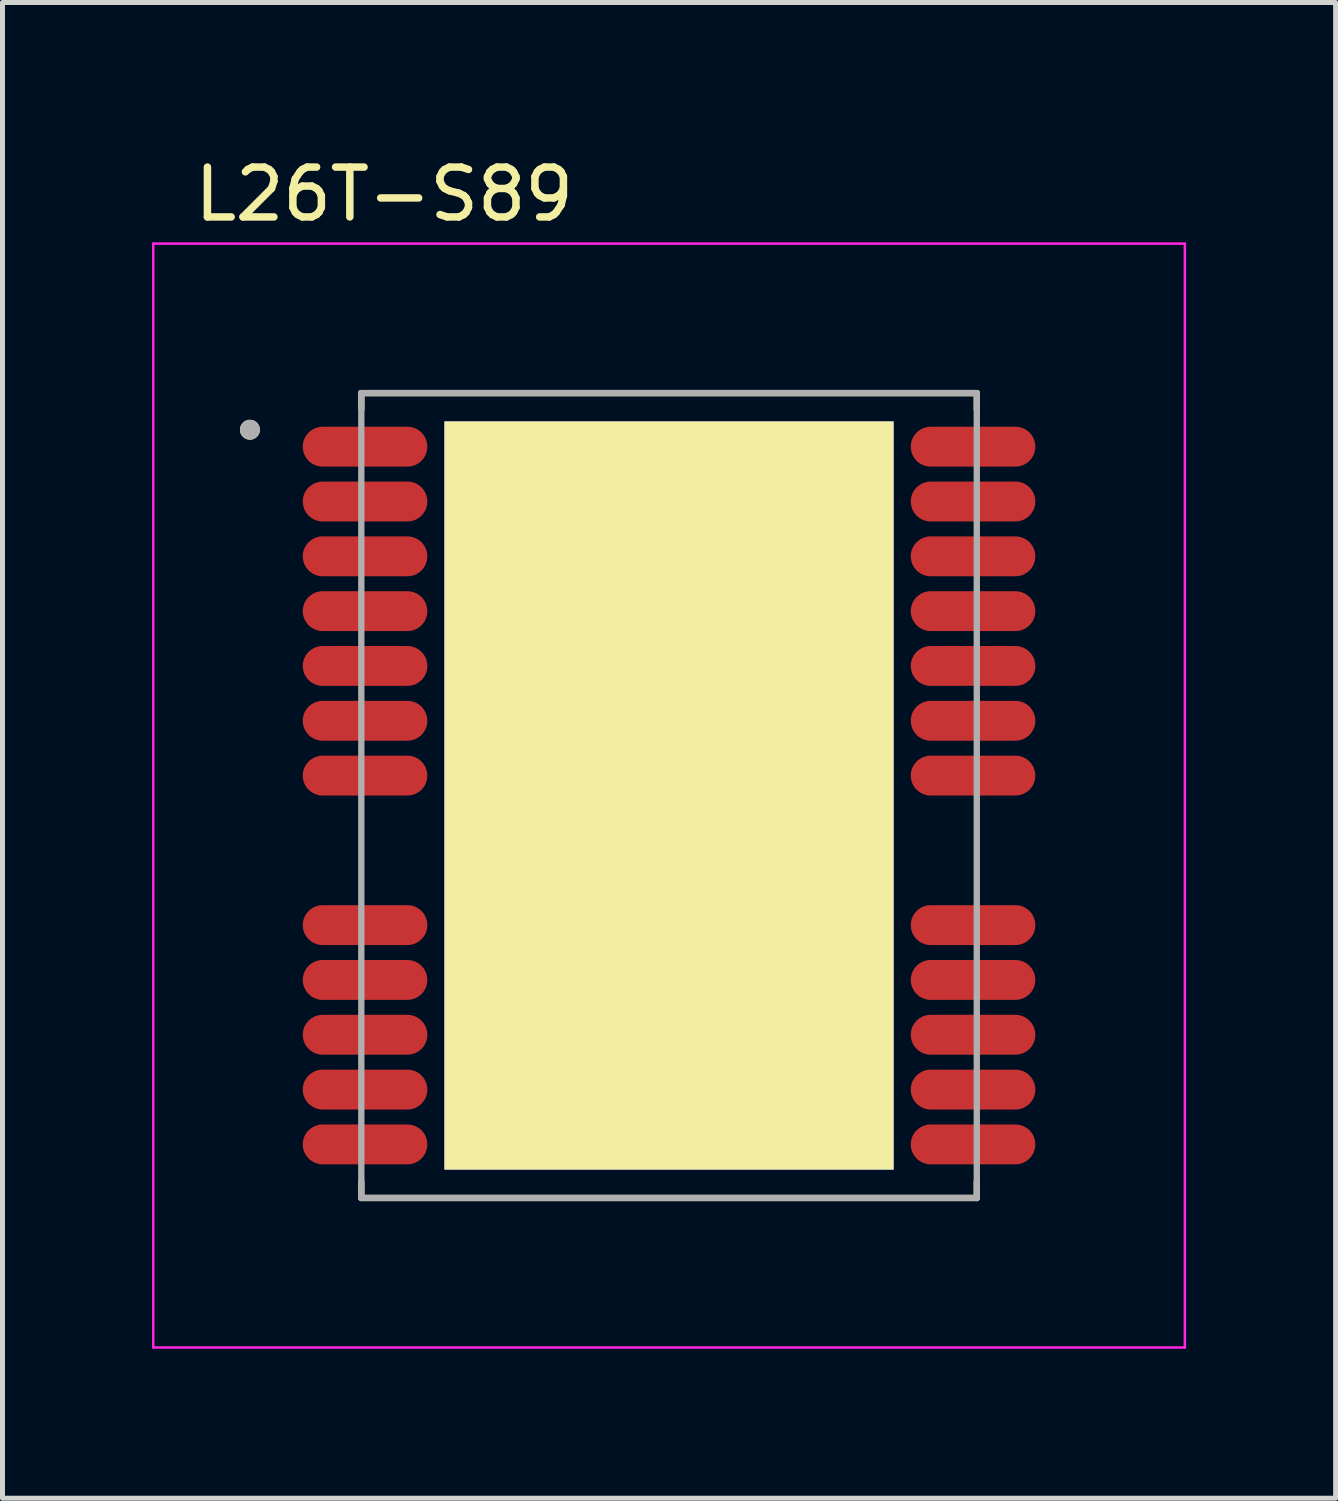
<source format=kicad_pcb>
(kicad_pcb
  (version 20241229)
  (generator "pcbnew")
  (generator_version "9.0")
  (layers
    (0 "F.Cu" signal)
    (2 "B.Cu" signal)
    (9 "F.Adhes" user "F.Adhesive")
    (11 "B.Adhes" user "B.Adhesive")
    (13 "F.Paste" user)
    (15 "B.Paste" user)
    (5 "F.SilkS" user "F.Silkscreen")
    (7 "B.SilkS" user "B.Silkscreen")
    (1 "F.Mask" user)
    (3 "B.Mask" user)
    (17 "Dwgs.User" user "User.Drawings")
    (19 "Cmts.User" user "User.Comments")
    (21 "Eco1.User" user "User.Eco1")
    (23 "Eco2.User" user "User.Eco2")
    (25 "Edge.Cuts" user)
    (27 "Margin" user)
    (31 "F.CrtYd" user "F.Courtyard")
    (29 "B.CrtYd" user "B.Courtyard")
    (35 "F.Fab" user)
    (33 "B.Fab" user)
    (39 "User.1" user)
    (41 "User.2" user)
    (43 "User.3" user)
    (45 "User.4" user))
  (footprint "L26T-S89"
    (layer "F.Cu")
    (at 10.375 12.913)
    (property "Reference" "L26T-S89" (at -5.715 -12.065 0) (layer "F.SilkS") (effects (font (size 1 1) (thickness 0.15))))
    (attr through_hole)
    (fp_line (start -6.175 -7.75) (end -6.175 -8.075) (stroke (width 0.127) (type solid)) (layer "F.SilkS"))
    (fp_line (start -6.175 8.075) (end -6.175 7.75) (stroke (width 0.127) (type solid)) (layer "F.SilkS"))
    (fp_line (start 6.175 -8.075) (end -6.175 -8.075) (stroke (width 0.127) (type solid)) (layer "F.SilkS"))
    (fp_line (start 6.175 -7.75) (end 6.175 -8.075) (stroke (width 0.127) (type solid)) (layer "F.SilkS"))
    (fp_line (start 6.175 7.75) (end 6.175 8.075) (stroke (width 0.127) (type solid)) (layer "F.SilkS"))
    (fp_line (start 6.175 8.075) (end -6.175 8.075) (stroke (width 0.127) (type solid)) (layer "F.SilkS"))
    (fp_circle (center -8.41 -7.34) (end -8.31 -7.34) (stroke (width 0.2) (type solid)) (fill no) (layer "F.SilkS"))
    (fp_poly (pts (xy -4.5 -7.5) (xy 4.5 -7.5) (xy 4.5 7.5) (xy -4.5 7.5)) (stroke (width 0.01) (type solid)) (fill yes) (layer "F.SilkS"))
    (fp_poly (pts (xy -5.35 -6.6) (xy -7.35 -6.6) (xy -7.392 -6.602) (xy -7.433 -6.609) (xy -7.474 -6.62) (xy -7.513 -6.635) (xy -7.55 -6.654) (xy -7.585 -6.676) (xy -7.618 -6.703) (xy -7.647 -6.732) (xy -7.674 -6.765) (xy -7.696 -6.8) (xy -7.715 -6.837) (xy -7.73 -6.876) (xy -7.741 -6.917) (xy -7.748 -6.958) (xy -7.75 -7) (xy -7.748 -7.042) (xy -7.741 -7.083) (xy -7.73 -7.124) (xy -7.715 -7.163) (xy -7.696 -7.2) (xy -7.674 -7.235) (xy -7.647 -7.268) (xy -7.618 -7.297) (xy -7.585 -7.324) (xy -7.55 -7.346) (xy -7.513 -7.365) (xy -7.474 -7.38) (xy -7.433 -7.391) (xy -7.392 -7.398) (xy -7.35 -7.4) (xy -5.35 -7.4) (xy -5.308 -7.398) (xy -5.267 -7.391) (xy -5.226 -7.38) (xy -5.187 -7.365) (xy -5.15 -7.346) (xy -5.115 -7.324) (xy -5.082 -7.297) (xy -5.053 -7.268) (xy -5.026 -7.235) (xy -5.004 -7.2) (xy -4.985 -7.163) (xy -4.97 -7.124) (xy -4.959 -7.083) (xy -4.952 -7.042) (xy -4.95 -7) (xy -4.952 -6.958) (xy -4.959 -6.917) (xy -4.97 -6.876) (xy -4.985 -6.837) (xy -5.004 -6.8) (xy -5.026 -6.765) (xy -5.053 -6.732) (xy -5.082 -6.703) (xy -5.115 -6.676) (xy -5.15 -6.654) (xy -5.187 -6.635) (xy -5.226 -6.62) (xy -5.267 -6.609) (xy -5.308 -6.602) (xy -5.35 -6.6)) (stroke (width 0.0001) (type solid)) (fill yes) (layer "F.Paste"))
    (fp_poly (pts (xy -5.35 -5.5) (xy -7.35 -5.5) (xy -7.392 -5.502) (xy -7.433 -5.509) (xy -7.474 -5.52) (xy -7.513 -5.535) (xy -7.55 -5.554) (xy -7.585 -5.576) (xy -7.618 -5.603) (xy -7.647 -5.632) (xy -7.674 -5.665) (xy -7.696 -5.7) (xy -7.715 -5.737) (xy -7.73 -5.776) (xy -7.741 -5.817) (xy -7.748 -5.858) (xy -7.75 -5.9) (xy -7.748 -5.942) (xy -7.741 -5.983) (xy -7.73 -6.024) (xy -7.715 -6.063) (xy -7.696 -6.1) (xy -7.674 -6.135) (xy -7.647 -6.168) (xy -7.618 -6.197) (xy -7.585 -6.224) (xy -7.55 -6.246) (xy -7.513 -6.265) (xy -7.474 -6.28) (xy -7.433 -6.291) (xy -7.392 -6.298) (xy -7.35 -6.3) (xy -5.35 -6.3) (xy -5.308 -6.298) (xy -5.267 -6.291) (xy -5.226 -6.28) (xy -5.187 -6.265) (xy -5.15 -6.246) (xy -5.115 -6.224) (xy -5.082 -6.197) (xy -5.053 -6.168) (xy -5.026 -6.135) (xy -5.004 -6.1) (xy -4.985 -6.063) (xy -4.97 -6.024) (xy -4.959 -5.983) (xy -4.952 -5.942) (xy -4.95 -5.9) (xy -4.952 -5.858) (xy -4.959 -5.817) (xy -4.97 -5.776) (xy -4.985 -5.737) (xy -5.004 -5.7) (xy -5.026 -5.665) (xy -5.053 -5.632) (xy -5.082 -5.603) (xy -5.115 -5.576) (xy -5.15 -5.554) (xy -5.187 -5.535) (xy -5.226 -5.52) (xy -5.267 -5.509) (xy -5.308 -5.502) (xy -5.35 -5.5)) (stroke (width 0.0001) (type solid)) (fill yes) (layer "F.Paste"))
    (fp_poly (pts (xy -5.35 -4.4) (xy -7.35 -4.4) (xy -7.392 -4.402) (xy -7.433 -4.409) (xy -7.474 -4.42) (xy -7.513 -4.435) (xy -7.55 -4.454) (xy -7.585 -4.476) (xy -7.618 -4.503) (xy -7.647 -4.532) (xy -7.674 -4.565) (xy -7.696 -4.6) (xy -7.715 -4.637) (xy -7.73 -4.676) (xy -7.741 -4.717) (xy -7.748 -4.758) (xy -7.75 -4.8) (xy -7.748 -4.842) (xy -7.741 -4.883) (xy -7.73 -4.924) (xy -7.715 -4.963) (xy -7.696 -5) (xy -7.674 -5.035) (xy -7.647 -5.068) (xy -7.618 -5.097) (xy -7.585 -5.124) (xy -7.55 -5.146) (xy -7.513 -5.165) (xy -7.474 -5.18) (xy -7.433 -5.191) (xy -7.392 -5.198) (xy -7.35 -5.2) (xy -5.35 -5.2) (xy -5.308 -5.198) (xy -5.267 -5.191) (xy -5.226 -5.18) (xy -5.187 -5.165) (xy -5.15 -5.146) (xy -5.115 -5.124) (xy -5.082 -5.097) (xy -5.053 -5.068) (xy -5.026 -5.035) (xy -5.004 -5) (xy -4.985 -4.963) (xy -4.97 -4.924) (xy -4.959 -4.883) (xy -4.952 -4.842) (xy -4.95 -4.8) (xy -4.952 -4.758) (xy -4.959 -4.717) (xy -4.97 -4.676) (xy -4.985 -4.637) (xy -5.004 -4.6) (xy -5.026 -4.565) (xy -5.053 -4.532) (xy -5.082 -4.503) (xy -5.115 -4.476) (xy -5.15 -4.454) (xy -5.187 -4.435) (xy -5.226 -4.42) (xy -5.267 -4.409) (xy -5.308 -4.402) (xy -5.35 -4.4)) (stroke (width 0.0001) (type solid)) (fill yes) (layer "F.Paste"))
    (fp_poly (pts (xy -5.35 -3.3) (xy -7.35 -3.3) (xy -7.392 -3.302) (xy -7.433 -3.309) (xy -7.474 -3.32) (xy -7.513 -3.335) (xy -7.55 -3.354) (xy -7.585 -3.376) (xy -7.618 -3.403) (xy -7.647 -3.432) (xy -7.674 -3.465) (xy -7.696 -3.5) (xy -7.715 -3.537) (xy -7.73 -3.576) (xy -7.741 -3.617) (xy -7.748 -3.658) (xy -7.75 -3.7) (xy -7.748 -3.742) (xy -7.741 -3.783) (xy -7.73 -3.824) (xy -7.715 -3.863) (xy -7.696 -3.9) (xy -7.674 -3.935) (xy -7.647 -3.968) (xy -7.618 -3.997) (xy -7.585 -4.024) (xy -7.55 -4.046) (xy -7.513 -4.065) (xy -7.474 -4.08) (xy -7.433 -4.091) (xy -7.392 -4.098) (xy -7.35 -4.1) (xy -5.35 -4.1) (xy -5.308 -4.098) (xy -5.267 -4.091) (xy -5.226 -4.08) (xy -5.187 -4.065) (xy -5.15 -4.046) (xy -5.115 -4.024) (xy -5.082 -3.997) (xy -5.053 -3.968) (xy -5.026 -3.935) (xy -5.004 -3.9) (xy -4.985 -3.863) (xy -4.97 -3.824) (xy -4.959 -3.783) (xy -4.952 -3.742) (xy -4.95 -3.7) (xy -4.952 -3.658) (xy -4.959 -3.617) (xy -4.97 -3.576) (xy -4.985 -3.537) (xy -5.004 -3.5) (xy -5.026 -3.465) (xy -5.053 -3.432) (xy -5.082 -3.403) (xy -5.115 -3.376) (xy -5.15 -3.354) (xy -5.187 -3.335) (xy -5.226 -3.32) (xy -5.267 -3.309) (xy -5.308 -3.302) (xy -5.35 -3.3)) (stroke (width 0.0001) (type solid)) (fill yes) (layer "F.Paste"))
    (fp_poly (pts (xy -5.35 -2.2) (xy -7.35 -2.2) (xy -7.392 -2.202) (xy -7.433 -2.209) (xy -7.474 -2.22) (xy -7.513 -2.235) (xy -7.55 -2.254) (xy -7.585 -2.276) (xy -7.618 -2.303) (xy -7.647 -2.332) (xy -7.674 -2.365) (xy -7.696 -2.4) (xy -7.715 -2.437) (xy -7.73 -2.476) (xy -7.741 -2.517) (xy -7.748 -2.558) (xy -7.75 -2.6) (xy -7.748 -2.642) (xy -7.741 -2.683) (xy -7.73 -2.724) (xy -7.715 -2.763) (xy -7.696 -2.8) (xy -7.674 -2.835) (xy -7.647 -2.868) (xy -7.618 -2.897) (xy -7.585 -2.924) (xy -7.55 -2.946) (xy -7.513 -2.965) (xy -7.474 -2.98) (xy -7.433 -2.991) (xy -7.392 -2.998) (xy -7.35 -3) (xy -5.35 -3) (xy -5.308 -2.998) (xy -5.267 -2.991) (xy -5.226 -2.98) (xy -5.187 -2.965) (xy -5.15 -2.946) (xy -5.115 -2.924) (xy -5.082 -2.897) (xy -5.053 -2.868) (xy -5.026 -2.835) (xy -5.004 -2.8) (xy -4.985 -2.763) (xy -4.97 -2.724) (xy -4.959 -2.683) (xy -4.952 -2.642) (xy -4.95 -2.6) (xy -4.952 -2.558) (xy -4.959 -2.517) (xy -4.97 -2.476) (xy -4.985 -2.437) (xy -5.004 -2.4) (xy -5.026 -2.365) (xy -5.053 -2.332) (xy -5.082 -2.303) (xy -5.115 -2.276) (xy -5.15 -2.254) (xy -5.187 -2.235) (xy -5.226 -2.22) (xy -5.267 -2.209) (xy -5.308 -2.202) (xy -5.35 -2.2)) (stroke (width 0.0001) (type solid)) (fill yes) (layer "F.Paste"))
    (fp_poly (pts (xy -5.35 -1.1) (xy -7.35 -1.1) (xy -7.392 -1.102) (xy -7.433 -1.109) (xy -7.474 -1.12) (xy -7.513 -1.135) (xy -7.55 -1.154) (xy -7.585 -1.176) (xy -7.618 -1.203) (xy -7.647 -1.232) (xy -7.674 -1.265) (xy -7.696 -1.3) (xy -7.715 -1.337) (xy -7.73 -1.376) (xy -7.741 -1.417) (xy -7.748 -1.458) (xy -7.75 -1.5) (xy -7.748 -1.542) (xy -7.741 -1.583) (xy -7.73 -1.624) (xy -7.715 -1.663) (xy -7.696 -1.7) (xy -7.674 -1.735) (xy -7.647 -1.768) (xy -7.618 -1.797) (xy -7.585 -1.824) (xy -7.55 -1.846) (xy -7.513 -1.865) (xy -7.474 -1.88) (xy -7.433 -1.891) (xy -7.392 -1.898) (xy -7.35 -1.9) (xy -5.35 -1.9) (xy -5.308 -1.898) (xy -5.267 -1.891) (xy -5.226 -1.88) (xy -5.187 -1.865) (xy -5.15 -1.846) (xy -5.115 -1.824) (xy -5.082 -1.797) (xy -5.053 -1.768) (xy -5.026 -1.735) (xy -5.004 -1.7) (xy -4.985 -1.663) (xy -4.97 -1.624) (xy -4.959 -1.583) (xy -4.952 -1.542) (xy -4.95 -1.5) (xy -4.952 -1.458) (xy -4.959 -1.417) (xy -4.97 -1.376) (xy -4.985 -1.337) (xy -5.004 -1.3) (xy -5.026 -1.265) (xy -5.053 -1.232) (xy -5.082 -1.203) (xy -5.115 -1.176) (xy -5.15 -1.154) (xy -5.187 -1.135) (xy -5.226 -1.12) (xy -5.267 -1.109) (xy -5.308 -1.102) (xy -5.35 -1.1)) (stroke (width 0.0001) (type solid)) (fill yes) (layer "F.Paste"))
    (fp_poly (pts (xy -5.35 0) (xy -7.35 0) (xy -7.392 -0.002) (xy -7.433 -0.009) (xy -7.474 -0.02) (xy -7.513 -0.035) (xy -7.55 -0.054) (xy -7.585 -0.076) (xy -7.618 -0.103) (xy -7.647 -0.132) (xy -7.674 -0.165) (xy -7.696 -0.2) (xy -7.715 -0.237) (xy -7.73 -0.276) (xy -7.741 -0.317) (xy -7.748 -0.358) (xy -7.75 -0.4) (xy -7.748 -0.442) (xy -7.741 -0.483) (xy -7.73 -0.524) (xy -7.715 -0.563) (xy -7.696 -0.6) (xy -7.674 -0.635) (xy -7.647 -0.668) (xy -7.618 -0.697) (xy -7.585 -0.724) (xy -7.55 -0.746) (xy -7.513 -0.765) (xy -7.474 -0.78) (xy -7.433 -0.791) (xy -7.392 -0.798) (xy -7.35 -0.8) (xy -5.35 -0.8) (xy -5.308 -0.798) (xy -5.267 -0.791) (xy -5.226 -0.78) (xy -5.187 -0.765) (xy -5.15 -0.746) (xy -5.115 -0.724) (xy -5.082 -0.697) (xy -5.053 -0.668) (xy -5.026 -0.635) (xy -5.004 -0.6) (xy -4.985 -0.563) (xy -4.97 -0.524) (xy -4.959 -0.483) (xy -4.952 -0.442) (xy -4.95 -0.4) (xy -4.952 -0.358) (xy -4.959 -0.317) (xy -4.97 -0.276) (xy -4.985 -0.237) (xy -5.004 -0.2) (xy -5.026 -0.165) (xy -5.053 -0.132) (xy -5.082 -0.103) (xy -5.115 -0.076) (xy -5.15 -0.054) (xy -5.187 -0.035) (xy -5.226 -0.02) (xy -5.267 -0.009) (xy -5.308 -0.002) (xy -5.35 0)) (stroke (width 0.0001) (type solid)) (fill yes) (layer "F.Paste"))
    (fp_poly (pts (xy -5.35 3) (xy -7.35 3) (xy -7.392 2.998) (xy -7.433 2.991) (xy -7.474 2.98) (xy -7.513 2.965) (xy -7.55 2.946) (xy -7.585 2.924) (xy -7.618 2.897) (xy -7.647 2.868) (xy -7.674 2.835) (xy -7.696 2.8) (xy -7.715 2.763) (xy -7.73 2.724) (xy -7.741 2.683) (xy -7.748 2.642) (xy -7.75 2.6) (xy -7.748 2.558) (xy -7.741 2.517) (xy -7.73 2.476) (xy -7.715 2.437) (xy -7.696 2.4) (xy -7.674 2.365) (xy -7.647 2.332) (xy -7.618 2.303) (xy -7.585 2.276) (xy -7.55 2.254) (xy -7.513 2.235) (xy -7.474 2.22) (xy -7.433 2.209) (xy -7.392 2.202) (xy -7.35 2.2) (xy -5.35 2.2) (xy -5.308 2.202) (xy -5.267 2.209) (xy -5.226 2.22) (xy -5.187 2.235) (xy -5.15 2.254) (xy -5.115 2.276) (xy -5.082 2.303) (xy -5.053 2.332) (xy -5.026 2.365) (xy -5.004 2.4) (xy -4.985 2.437) (xy -4.97 2.476) (xy -4.959 2.517) (xy -4.952 2.558) (xy -4.95 2.6) (xy -4.952 2.642) (xy -4.959 2.683) (xy -4.97 2.724) (xy -4.985 2.763) (xy -5.004 2.8) (xy -5.026 2.835) (xy -5.053 2.868) (xy -5.082 2.897) (xy -5.115 2.924) (xy -5.15 2.946) (xy -5.187 2.965) (xy -5.226 2.98) (xy -5.267 2.991) (xy -5.308 2.998) (xy -5.35 3)) (stroke (width 0.0001) (type solid)) (fill yes) (layer "F.Paste"))
    (fp_poly (pts (xy -5.35 4.1) (xy -7.35 4.1) (xy -7.392 4.098) (xy -7.433 4.091) (xy -7.474 4.08) (xy -7.513 4.065) (xy -7.55 4.046) (xy -7.585 4.024) (xy -7.618 3.997) (xy -7.647 3.968) (xy -7.674 3.935) (xy -7.696 3.9) (xy -7.715 3.863) (xy -7.73 3.824) (xy -7.741 3.783) (xy -7.748 3.742) (xy -7.75 3.7) (xy -7.748 3.658) (xy -7.741 3.617) (xy -7.73 3.576) (xy -7.715 3.537) (xy -7.696 3.5) (xy -7.674 3.465) (xy -7.647 3.432) (xy -7.618 3.403) (xy -7.585 3.376) (xy -7.55 3.354) (xy -7.513 3.335) (xy -7.474 3.32) (xy -7.433 3.309) (xy -7.392 3.302) (xy -7.35 3.3) (xy -5.35 3.3) (xy -5.308 3.302) (xy -5.267 3.309) (xy -5.226 3.32) (xy -5.187 3.335) (xy -5.15 3.354) (xy -5.115 3.376) (xy -5.082 3.403) (xy -5.053 3.432) (xy -5.026 3.465) (xy -5.004 3.5) (xy -4.985 3.537) (xy -4.97 3.576) (xy -4.959 3.617) (xy -4.952 3.658) (xy -4.95 3.7) (xy -4.952 3.742) (xy -4.959 3.783) (xy -4.97 3.824) (xy -4.985 3.863) (xy -5.004 3.9) (xy -5.026 3.935) (xy -5.053 3.968) (xy -5.082 3.997) (xy -5.115 4.024) (xy -5.15 4.046) (xy -5.187 4.065) (xy -5.226 4.08) (xy -5.267 4.091) (xy -5.308 4.098) (xy -5.35 4.1)) (stroke (width 0.0001) (type solid)) (fill yes) (layer "F.Paste"))
    (fp_poly (pts (xy -5.35 5.2) (xy -7.35 5.2) (xy -7.392 5.198) (xy -7.433 5.191) (xy -7.474 5.18) (xy -7.513 5.165) (xy -7.55 5.146) (xy -7.585 5.124) (xy -7.618 5.097) (xy -7.647 5.068) (xy -7.674 5.035) (xy -7.696 5) (xy -7.715 4.963) (xy -7.73 4.924) (xy -7.741 4.883) (xy -7.748 4.842) (xy -7.75 4.8) (xy -7.748 4.758) (xy -7.741 4.717) (xy -7.73 4.676) (xy -7.715 4.637) (xy -7.696 4.6) (xy -7.674 4.565) (xy -7.647 4.532) (xy -7.618 4.503) (xy -7.585 4.476) (xy -7.55 4.454) (xy -7.513 4.435) (xy -7.474 4.42) (xy -7.433 4.409) (xy -7.392 4.402) (xy -7.35 4.4) (xy -5.35 4.4) (xy -5.308 4.402) (xy -5.267 4.409) (xy -5.226 4.42) (xy -5.187 4.435) (xy -5.15 4.454) (xy -5.115 4.476) (xy -5.082 4.503) (xy -5.053 4.532) (xy -5.026 4.565) (xy -5.004 4.6) (xy -4.985 4.637) (xy -4.97 4.676) (xy -4.959 4.717) (xy -4.952 4.758) (xy -4.95 4.8) (xy -4.952 4.842) (xy -4.959 4.883) (xy -4.97 4.924) (xy -4.985 4.963) (xy -5.004 5) (xy -5.026 5.035) (xy -5.053 5.068) (xy -5.082 5.097) (xy -5.115 5.124) (xy -5.15 5.146) (xy -5.187 5.165) (xy -5.226 5.18) (xy -5.267 5.191) (xy -5.308 5.198) (xy -5.35 5.2)) (stroke (width 0.0001) (type solid)) (fill yes) (layer "F.Paste"))
    (fp_poly (pts (xy -5.35 6.3) (xy -7.35 6.3) (xy -7.392 6.298) (xy -7.433 6.291) (xy -7.474 6.28) (xy -7.513 6.265) (xy -7.55 6.246) (xy -7.585 6.224) (xy -7.618 6.197) (xy -7.647 6.168) (xy -7.674 6.135) (xy -7.696 6.1) (xy -7.715 6.063) (xy -7.73 6.024) (xy -7.741 5.983) (xy -7.748 5.942) (xy -7.75 5.9) (xy -7.748 5.858) (xy -7.741 5.817) (xy -7.73 5.776) (xy -7.715 5.737) (xy -7.696 5.7) (xy -7.674 5.665) (xy -7.647 5.632) (xy -7.618 5.603) (xy -7.585 5.576) (xy -7.55 5.554) (xy -7.513 5.535) (xy -7.474 5.52) (xy -7.433 5.509) (xy -7.392 5.502) (xy -7.35 5.5) (xy -5.35 5.5) (xy -5.308 5.502) (xy -5.267 5.509) (xy -5.226 5.52) (xy -5.187 5.535) (xy -5.15 5.554) (xy -5.115 5.576) (xy -5.082 5.603) (xy -5.053 5.632) (xy -5.026 5.665) (xy -5.004 5.7) (xy -4.985 5.737) (xy -4.97 5.776) (xy -4.959 5.817) (xy -4.952 5.858) (xy -4.95 5.9) (xy -4.952 5.942) (xy -4.959 5.983) (xy -4.97 6.024) (xy -4.985 6.063) (xy -5.004 6.1) (xy -5.026 6.135) (xy -5.053 6.168) (xy -5.082 6.197) (xy -5.115 6.224) (xy -5.15 6.246) (xy -5.187 6.265) (xy -5.226 6.28) (xy -5.267 6.291) (xy -5.308 6.298) (xy -5.35 6.3)) (stroke (width 0.0001) (type solid)) (fill yes) (layer "F.Paste"))
    (fp_poly (pts (xy -5.35 7.4) (xy -7.35 7.4) (xy -7.392 7.398) (xy -7.433 7.391) (xy -7.474 7.38) (xy -7.513 7.365) (xy -7.55 7.346) (xy -7.585 7.324) (xy -7.618 7.297) (xy -7.647 7.268) (xy -7.674 7.235) (xy -7.696 7.2) (xy -7.715 7.163) (xy -7.73 7.124) (xy -7.741 7.083) (xy -7.748 7.042) (xy -7.75 7) (xy -7.748 6.958) (xy -7.741 6.917) (xy -7.73 6.876) (xy -7.715 6.837) (xy -7.696 6.8) (xy -7.674 6.765) (xy -7.647 6.732) (xy -7.618 6.703) (xy -7.585 6.676) (xy -7.55 6.654) (xy -7.513 6.635) (xy -7.474 6.62) (xy -7.433 6.609) (xy -7.392 6.602) (xy -7.35 6.6) (xy -5.35 6.6) (xy -5.308 6.602) (xy -5.267 6.609) (xy -5.226 6.62) (xy -5.187 6.635) (xy -5.15 6.654) (xy -5.115 6.676) (xy -5.082 6.703) (xy -5.053 6.732) (xy -5.026 6.765) (xy -5.004 6.8) (xy -4.985 6.837) (xy -4.97 6.876) (xy -4.959 6.917) (xy -4.952 6.958) (xy -4.95 7) (xy -4.952 7.042) (xy -4.959 7.083) (xy -4.97 7.124) (xy -4.985 7.163) (xy -5.004 7.2) (xy -5.026 7.235) (xy -5.053 7.268) (xy -5.082 7.297) (xy -5.115 7.324) (xy -5.15 7.346) (xy -5.187 7.365) (xy -5.226 7.38) (xy -5.267 7.391) (xy -5.308 7.398) (xy -5.35 7.4)) (stroke (width 0.0001) (type solid)) (fill yes) (layer "F.Paste"))
    (fp_poly (pts (xy 7.35 -6.6) (xy 5.35 -6.6) (xy 5.308 -6.602) (xy 5.267 -6.609) (xy 5.226 -6.62) (xy 5.187 -6.635) (xy 5.15 -6.654) (xy 5.115 -6.676) (xy 5.082 -6.703) (xy 5.053 -6.732) (xy 5.026 -6.765) (xy 5.004 -6.8) (xy 4.985 -6.837) (xy 4.97 -6.876) (xy 4.959 -6.917) (xy 4.952 -6.958) (xy 4.95 -7) (xy 4.952 -7.042) (xy 4.959 -7.083) (xy 4.97 -7.124) (xy 4.985 -7.163) (xy 5.004 -7.2) (xy 5.026 -7.235) (xy 5.053 -7.268) (xy 5.082 -7.297) (xy 5.115 -7.324) (xy 5.15 -7.346) (xy 5.187 -7.365) (xy 5.226 -7.38) (xy 5.267 -7.391) (xy 5.308 -7.398) (xy 5.35 -7.4) (xy 7.35 -7.4) (xy 7.392 -7.398) (xy 7.433 -7.391) (xy 7.474 -7.38) (xy 7.513 -7.365) (xy 7.55 -7.346) (xy 7.585 -7.324) (xy 7.618 -7.297) (xy 7.647 -7.268) (xy 7.674 -7.235) (xy 7.696 -7.2) (xy 7.715 -7.163) (xy 7.73 -7.124) (xy 7.741 -7.083) (xy 7.748 -7.042) (xy 7.75 -7) (xy 7.748 -6.958) (xy 7.741 -6.917) (xy 7.73 -6.876) (xy 7.715 -6.837) (xy 7.696 -6.8) (xy 7.674 -6.765) (xy 7.647 -6.732) (xy 7.618 -6.703) (xy 7.585 -6.676) (xy 7.55 -6.654) (xy 7.513 -6.635) (xy 7.474 -6.62) (xy 7.433 -6.609) (xy 7.392 -6.602) (xy 7.35 -6.6)) (stroke (width 0.0001) (type solid)) (fill yes) (layer "F.Paste"))
    (fp_poly (pts (xy 7.35 -5.5) (xy 5.35 -5.5) (xy 5.308 -5.502) (xy 5.267 -5.509) (xy 5.226 -5.52) (xy 5.187 -5.535) (xy 5.15 -5.554) (xy 5.115 -5.576) (xy 5.082 -5.603) (xy 5.053 -5.632) (xy 5.026 -5.665) (xy 5.004 -5.7) (xy 4.985 -5.737) (xy 4.97 -5.776) (xy 4.959 -5.817) (xy 4.952 -5.858) (xy 4.95 -5.9) (xy 4.952 -5.942) (xy 4.959 -5.983) (xy 4.97 -6.024) (xy 4.985 -6.063) (xy 5.004 -6.1) (xy 5.026 -6.135) (xy 5.053 -6.168) (xy 5.082 -6.197) (xy 5.115 -6.224) (xy 5.15 -6.246) (xy 5.187 -6.265) (xy 5.226 -6.28) (xy 5.267 -6.291) (xy 5.308 -6.298) (xy 5.35 -6.3) (xy 7.35 -6.3) (xy 7.392 -6.298) (xy 7.433 -6.291) (xy 7.474 -6.28) (xy 7.513 -6.265) (xy 7.55 -6.246) (xy 7.585 -6.224) (xy 7.618 -6.197) (xy 7.647 -6.168) (xy 7.674 -6.135) (xy 7.696 -6.1) (xy 7.715 -6.063) (xy 7.73 -6.024) (xy 7.741 -5.983) (xy 7.748 -5.942) (xy 7.75 -5.9) (xy 7.748 -5.858) (xy 7.741 -5.817) (xy 7.73 -5.776) (xy 7.715 -5.737) (xy 7.696 -5.7) (xy 7.674 -5.665) (xy 7.647 -5.632) (xy 7.618 -5.603) (xy 7.585 -5.576) (xy 7.55 -5.554) (xy 7.513 -5.535) (xy 7.474 -5.52) (xy 7.433 -5.509) (xy 7.392 -5.502) (xy 7.35 -5.5)) (stroke (width 0.0001) (type solid)) (fill yes) (layer "F.Paste"))
    (fp_poly (pts (xy 7.35 -5.5) (xy 5.35 -5.5) (xy 5.308 -5.502) (xy 5.267 -5.509) (xy 5.226 -5.52) (xy 5.187 -5.535) (xy 5.15 -5.554) (xy 5.115 -5.576) (xy 5.082 -5.603) (xy 5.053 -5.632) (xy 5.026 -5.665) (xy 5.004 -5.7) (xy 4.985 -5.737) (xy 4.97 -5.776) (xy 4.959 -5.817) (xy 4.952 -5.858) (xy 4.95 -5.9) (xy 4.952 -5.942) (xy 4.959 -5.983) (xy 4.97 -6.024) (xy 4.985 -6.063) (xy 5.004 -6.1) (xy 5.026 -6.135) (xy 5.053 -6.168) (xy 5.082 -6.197) (xy 5.115 -6.224) (xy 5.15 -6.246) (xy 5.187 -6.265) (xy 5.226 -6.28) (xy 5.267 -6.291) (xy 5.308 -6.298) (xy 5.35 -6.3) (xy 7.35 -6.3) (xy 7.392 -6.298) (xy 7.433 -6.291) (xy 7.474 -6.28) (xy 7.513 -6.265) (xy 7.55 -6.246) (xy 7.585 -6.224) (xy 7.618 -6.197) (xy 7.647 -6.168) (xy 7.674 -6.135) (xy 7.696 -6.1) (xy 7.715 -6.063) (xy 7.73 -6.024) (xy 7.741 -5.983) (xy 7.748 -5.942) (xy 7.75 -5.9) (xy 7.748 -5.858) (xy 7.741 -5.817) (xy 7.73 -5.776) (xy 7.715 -5.737) (xy 7.696 -5.7) (xy 7.674 -5.665) (xy 7.647 -5.632) (xy 7.618 -5.603) (xy 7.585 -5.576) (xy 7.55 -5.554) (xy 7.513 -5.535) (xy 7.474 -5.52) (xy 7.433 -5.509) (xy 7.392 -5.502) (xy 7.35 -5.5)) (stroke (width 0.0001) (type solid)) (fill yes) (layer "F.Paste"))
    (fp_poly (pts (xy 7.35 -4.4) (xy 5.35 -4.4) (xy 5.308 -4.402) (xy 5.267 -4.409) (xy 5.226 -4.42) (xy 5.187 -4.435) (xy 5.15 -4.454) (xy 5.115 -4.476) (xy 5.082 -4.503) (xy 5.053 -4.532) (xy 5.026 -4.565) (xy 5.004 -4.6) (xy 4.985 -4.637) (xy 4.97 -4.676) (xy 4.959 -4.717) (xy 4.952 -4.758) (xy 4.95 -4.8) (xy 4.952 -4.842) (xy 4.959 -4.883) (xy 4.97 -4.924) (xy 4.985 -4.963) (xy 5.004 -5) (xy 5.026 -5.035) (xy 5.053 -5.068) (xy 5.082 -5.097) (xy 5.115 -5.124) (xy 5.15 -5.146) (xy 5.187 -5.165) (xy 5.226 -5.18) (xy 5.267 -5.191) (xy 5.308 -5.198) (xy 5.35 -5.2) (xy 7.35 -5.2) (xy 7.392 -5.198) (xy 7.433 -5.191) (xy 7.474 -5.18) (xy 7.513 -5.165) (xy 7.55 -5.146) (xy 7.585 -5.124) (xy 7.618 -5.097) (xy 7.647 -5.068) (xy 7.674 -5.035) (xy 7.696 -5) (xy 7.715 -4.963) (xy 7.73 -4.924) (xy 7.741 -4.883) (xy 7.748 -4.842) (xy 7.75 -4.8) (xy 7.748 -4.758) (xy 7.741 -4.717) (xy 7.73 -4.676) (xy 7.715 -4.637) (xy 7.696 -4.6) (xy 7.674 -4.565) (xy 7.647 -4.532) (xy 7.618 -4.503) (xy 7.585 -4.476) (xy 7.55 -4.454) (xy 7.513 -4.435) (xy 7.474 -4.42) (xy 7.433 -4.409) (xy 7.392 -4.402) (xy 7.35 -4.4)) (stroke (width 0.0001) (type solid)) (fill yes) (layer "F.Paste"))
    (fp_poly (pts (xy 7.35 -3.3) (xy 5.35 -3.3) (xy 5.308 -3.302) (xy 5.267 -3.309) (xy 5.226 -3.32) (xy 5.187 -3.335) (xy 5.15 -3.354) (xy 5.115 -3.376) (xy 5.082 -3.403) (xy 5.053 -3.432) (xy 5.026 -3.465) (xy 5.004 -3.5) (xy 4.985 -3.537) (xy 4.97 -3.576) (xy 4.959 -3.617) (xy 4.952 -3.658) (xy 4.95 -3.7) (xy 4.952 -3.742) (xy 4.959 -3.783) (xy 4.97 -3.824) (xy 4.985 -3.863) (xy 5.004 -3.9) (xy 5.026 -3.935) (xy 5.053 -3.968) (xy 5.082 -3.997) (xy 5.115 -4.024) (xy 5.15 -4.046) (xy 5.187 -4.065) (xy 5.226 -4.08) (xy 5.267 -4.091) (xy 5.308 -4.098) (xy 5.35 -4.1) (xy 7.35 -4.1) (xy 7.392 -4.098) (xy 7.433 -4.091) (xy 7.474 -4.08) (xy 7.513 -4.065) (xy 7.55 -4.046) (xy 7.585 -4.024) (xy 7.618 -3.997) (xy 7.647 -3.968) (xy 7.674 -3.935) (xy 7.696 -3.9) (xy 7.715 -3.863) (xy 7.73 -3.824) (xy 7.741 -3.783) (xy 7.748 -3.742) (xy 7.75 -3.7) (xy 7.748 -3.658) (xy 7.741 -3.617) (xy 7.73 -3.576) (xy 7.715 -3.537) (xy 7.696 -3.5) (xy 7.674 -3.465) (xy 7.647 -3.432) (xy 7.618 -3.403) (xy 7.585 -3.376) (xy 7.55 -3.354) (xy 7.513 -3.335) (xy 7.474 -3.32) (xy 7.433 -3.309) (xy 7.392 -3.302) (xy 7.35 -3.3)) (stroke (width 0.0001) (type solid)) (fill yes) (layer "F.Paste"))
    (fp_poly (pts (xy 7.35 -2.2) (xy 5.35 -2.2) (xy 5.308 -2.202) (xy 5.267 -2.209) (xy 5.226 -2.22) (xy 5.187 -2.235) (xy 5.15 -2.254) (xy 5.115 -2.276) (xy 5.082 -2.303) (xy 5.053 -2.332) (xy 5.026 -2.365) (xy 5.004 -2.4) (xy 4.985 -2.437) (xy 4.97 -2.476) (xy 4.959 -2.517) (xy 4.952 -2.558) (xy 4.95 -2.6) (xy 4.952 -2.642) (xy 4.959 -2.683) (xy 4.97 -2.724) (xy 4.985 -2.763) (xy 5.004 -2.8) (xy 5.026 -2.835) (xy 5.053 -2.868) (xy 5.082 -2.897) (xy 5.115 -2.924) (xy 5.15 -2.946) (xy 5.187 -2.965) (xy 5.226 -2.98) (xy 5.267 -2.991) (xy 5.308 -2.998) (xy 5.35 -3) (xy 7.35 -3) (xy 7.392 -2.998) (xy 7.433 -2.991) (xy 7.474 -2.98) (xy 7.513 -2.965) (xy 7.55 -2.946) (xy 7.585 -2.924) (xy 7.618 -2.897) (xy 7.647 -2.868) (xy 7.674 -2.835) (xy 7.696 -2.8) (xy 7.715 -2.763) (xy 7.73 -2.724) (xy 7.741 -2.683) (xy 7.748 -2.642) (xy 7.75 -2.6) (xy 7.748 -2.558) (xy 7.741 -2.517) (xy 7.73 -2.476) (xy 7.715 -2.437) (xy 7.696 -2.4) (xy 7.674 -2.365) (xy 7.647 -2.332) (xy 7.618 -2.303) (xy 7.585 -2.276) (xy 7.55 -2.254) (xy 7.513 -2.235) (xy 7.474 -2.22) (xy 7.433 -2.209) (xy 7.392 -2.202) (xy 7.35 -2.2)) (stroke (width 0.0001) (type solid)) (fill yes) (layer "F.Paste"))
    (fp_poly (pts (xy 7.35 -2.2) (xy 5.35 -2.2) (xy 5.308 -2.202) (xy 5.267 -2.209) (xy 5.226 -2.22) (xy 5.187 -2.235) (xy 5.15 -2.254) (xy 5.115 -2.276) (xy 5.082 -2.303) (xy 5.053 -2.332) (xy 5.026 -2.365) (xy 5.004 -2.4) (xy 4.985 -2.437) (xy 4.97 -2.476) (xy 4.959 -2.517) (xy 4.952 -2.558) (xy 4.95 -2.6) (xy 4.952 -2.642) (xy 4.959 -2.683) (xy 4.97 -2.724) (xy 4.985 -2.763) (xy 5.004 -2.8) (xy 5.026 -2.835) (xy 5.053 -2.868) (xy 5.082 -2.897) (xy 5.115 -2.924) (xy 5.15 -2.946) (xy 5.187 -2.965) (xy 5.226 -2.98) (xy 5.267 -2.991) (xy 5.308 -2.998) (xy 5.35 -3) (xy 7.35 -3) (xy 7.392 -2.998) (xy 7.433 -2.991) (xy 7.474 -2.98) (xy 7.513 -2.965) (xy 7.55 -2.946) (xy 7.585 -2.924) (xy 7.618 -2.897) (xy 7.647 -2.868) (xy 7.674 -2.835) (xy 7.696 -2.8) (xy 7.715 -2.763) (xy 7.73 -2.724) (xy 7.741 -2.683) (xy 7.748 -2.642) (xy 7.75 -2.6) (xy 7.748 -2.558) (xy 7.741 -2.517) (xy 7.73 -2.476) (xy 7.715 -2.437) (xy 7.696 -2.4) (xy 7.674 -2.365) (xy 7.647 -2.332) (xy 7.618 -2.303) (xy 7.585 -2.276) (xy 7.55 -2.254) (xy 7.513 -2.235) (xy 7.474 -2.22) (xy 7.433 -2.209) (xy 7.392 -2.202) (xy 7.35 -2.2)) (stroke (width 0.0001) (type solid)) (fill yes) (layer "F.Paste"))
    (fp_poly (pts (xy 7.35 -1.1) (xy 5.35 -1.1) (xy 5.308 -1.102) (xy 5.267 -1.109) (xy 5.226 -1.12) (xy 5.187 -1.135) (xy 5.15 -1.154) (xy 5.115 -1.176) (xy 5.082 -1.203) (xy 5.053 -1.232) (xy 5.026 -1.265) (xy 5.004 -1.3) (xy 4.985 -1.337) (xy 4.97 -1.376) (xy 4.959 -1.417) (xy 4.952 -1.458) (xy 4.95 -1.5) (xy 4.952 -1.542) (xy 4.959 -1.583) (xy 4.97 -1.624) (xy 4.985 -1.663) (xy 5.004 -1.7) (xy 5.026 -1.735) (xy 5.053 -1.768) (xy 5.082 -1.797) (xy 5.115 -1.824) (xy 5.15 -1.846) (xy 5.187 -1.865) (xy 5.226 -1.88) (xy 5.267 -1.891) (xy 5.308 -1.898) (xy 5.35 -1.9) (xy 7.35 -1.9) (xy 7.392 -1.898) (xy 7.433 -1.891) (xy 7.474 -1.88) (xy 7.513 -1.865) (xy 7.55 -1.846) (xy 7.585 -1.824) (xy 7.618 -1.797) (xy 7.647 -1.768) (xy 7.674 -1.735) (xy 7.696 -1.7) (xy 7.715 -1.663) (xy 7.73 -1.624) (xy 7.741 -1.583) (xy 7.748 -1.542) (xy 7.75 -1.5) (xy 7.748 -1.458) (xy 7.741 -1.417) (xy 7.73 -1.376) (xy 7.715 -1.337) (xy 7.696 -1.3) (xy 7.674 -1.265) (xy 7.647 -1.232) (xy 7.618 -1.203) (xy 7.585 -1.176) (xy 7.55 -1.154) (xy 7.513 -1.135) (xy 7.474 -1.12) (xy 7.433 -1.109) (xy 7.392 -1.102) (xy 7.35 -1.1)) (stroke (width 0.0001) (type solid)) (fill yes) (layer "F.Paste"))
    (fp_poly (pts (xy 7.35 0) (xy 5.35 0) (xy 5.308 -0.002) (xy 5.267 -0.009) (xy 5.226 -0.02) (xy 5.187 -0.035) (xy 5.15 -0.054) (xy 5.115 -0.076) (xy 5.082 -0.103) (xy 5.053 -0.132) (xy 5.026 -0.165) (xy 5.004 -0.2) (xy 4.985 -0.237) (xy 4.97 -0.276) (xy 4.959 -0.317) (xy 4.952 -0.358) (xy 4.95 -0.4) (xy 4.952 -0.442) (xy 4.959 -0.483) (xy 4.97 -0.524) (xy 4.985 -0.563) (xy 5.004 -0.6) (xy 5.026 -0.635) (xy 5.053 -0.668) (xy 5.082 -0.697) (xy 5.115 -0.724) (xy 5.15 -0.746) (xy 5.187 -0.765) (xy 5.226 -0.78) (xy 5.267 -0.791) (xy 5.308 -0.798) (xy 5.35 -0.8) (xy 7.35 -0.8) (xy 7.392 -0.798) (xy 7.433 -0.791) (xy 7.474 -0.78) (xy 7.513 -0.765) (xy 7.55 -0.746) (xy 7.585 -0.724) (xy 7.618 -0.697) (xy 7.647 -0.668) (xy 7.674 -0.635) (xy 7.696 -0.6) (xy 7.715 -0.563) (xy 7.73 -0.524) (xy 7.741 -0.483) (xy 7.748 -0.442) (xy 7.75 -0.4) (xy 7.748 -0.358) (xy 7.741 -0.317) (xy 7.73 -0.276) (xy 7.715 -0.237) (xy 7.696 -0.2) (xy 7.674 -0.165) (xy 7.647 -0.132) (xy 7.618 -0.103) (xy 7.585 -0.076) (xy 7.55 -0.054) (xy 7.513 -0.035) (xy 7.474 -0.02) (xy 7.433 -0.009) (xy 7.392 -0.002) (xy 7.35 0)) (stroke (width 0.0001) (type solid)) (fill yes) (layer "F.Paste"))
    (fp_poly (pts (xy 7.35 3) (xy 5.35 3) (xy 5.308 2.998) (xy 5.267 2.991) (xy 5.226 2.98) (xy 5.187 2.965) (xy 5.15 2.946) (xy 5.115 2.924) (xy 5.082 2.897) (xy 5.053 2.868) (xy 5.026 2.835) (xy 5.004 2.8) (xy 4.985 2.763) (xy 4.97 2.724) (xy 4.959 2.683) (xy 4.952 2.642) (xy 4.95 2.6) (xy 4.952 2.558) (xy 4.959 2.517) (xy 4.97 2.476) (xy 4.985 2.437) (xy 5.004 2.4) (xy 5.026 2.365) (xy 5.053 2.332) (xy 5.082 2.303) (xy 5.115 2.276) (xy 5.15 2.254) (xy 5.187 2.235) (xy 5.226 2.22) (xy 5.267 2.209) (xy 5.308 2.202) (xy 5.35 2.2) (xy 7.35 2.2) (xy 7.392 2.202) (xy 7.433 2.209) (xy 7.474 2.22) (xy 7.513 2.235) (xy 7.55 2.254) (xy 7.585 2.276) (xy 7.618 2.303) (xy 7.647 2.332) (xy 7.674 2.365) (xy 7.696 2.4) (xy 7.715 2.437) (xy 7.73 2.476) (xy 7.741 2.517) (xy 7.748 2.558) (xy 7.75 2.6) (xy 7.748 2.642) (xy 7.741 2.683) (xy 7.73 2.724) (xy 7.715 2.763) (xy 7.696 2.8) (xy 7.674 2.835) (xy 7.647 2.868) (xy 7.618 2.897) (xy 7.585 2.924) (xy 7.55 2.946) (xy 7.513 2.965) (xy 7.474 2.98) (xy 7.433 2.991) (xy 7.392 2.998) (xy 7.35 3)) (stroke (width 0.0001) (type solid)) (fill yes) (layer "F.Paste"))
    (fp_poly (pts (xy 7.35 4.1) (xy 5.35 4.1) (xy 5.308 4.098) (xy 5.267 4.091) (xy 5.226 4.08) (xy 5.187 4.065) (xy 5.15 4.046) (xy 5.115 4.024) (xy 5.082 3.997) (xy 5.053 3.968) (xy 5.026 3.935) (xy 5.004 3.9) (xy 4.985 3.863) (xy 4.97 3.824) (xy 4.959 3.783) (xy 4.952 3.742) (xy 4.95 3.7) (xy 4.952 3.658) (xy 4.959 3.617) (xy 4.97 3.576) (xy 4.985 3.537) (xy 5.004 3.5) (xy 5.026 3.465) (xy 5.053 3.432) (xy 5.082 3.403) (xy 5.115 3.376) (xy 5.15 3.354) (xy 5.187 3.335) (xy 5.226 3.32) (xy 5.267 3.309) (xy 5.308 3.302) (xy 5.35 3.3) (xy 7.35 3.3) (xy 7.392 3.302) (xy 7.433 3.309) (xy 7.474 3.32) (xy 7.513 3.335) (xy 7.55 3.354) (xy 7.585 3.376) (xy 7.618 3.403) (xy 7.647 3.432) (xy 7.674 3.465) (xy 7.696 3.5) (xy 7.715 3.537) (xy 7.73 3.576) (xy 7.741 3.617) (xy 7.748 3.658) (xy 7.75 3.7) (xy 7.748 3.742) (xy 7.741 3.783) (xy 7.73 3.824) (xy 7.715 3.863) (xy 7.696 3.9) (xy 7.674 3.935) (xy 7.647 3.968) (xy 7.618 3.997) (xy 7.585 4.024) (xy 7.55 4.046) (xy 7.513 4.065) (xy 7.474 4.08) (xy 7.433 4.091) (xy 7.392 4.098) (xy 7.35 4.1)) (stroke (width 0.0001) (type solid)) (fill yes) (layer "F.Paste"))
    (fp_poly (pts (xy 7.35 5.2) (xy 5.35 5.2) (xy 5.308 5.198) (xy 5.267 5.191) (xy 5.226 5.18) (xy 5.187 5.165) (xy 5.15 5.146) (xy 5.115 5.124) (xy 5.082 5.097) (xy 5.053 5.068) (xy 5.026 5.035) (xy 5.004 5) (xy 4.985 4.963) (xy 4.97 4.924) (xy 4.959 4.883) (xy 4.952 4.842) (xy 4.95 4.8) (xy 4.952 4.758) (xy 4.959 4.717) (xy 4.97 4.676) (xy 4.985 4.637) (xy 5.004 4.6) (xy 5.026 4.565) (xy 5.053 4.532) (xy 5.082 4.503) (xy 5.115 4.476) (xy 5.15 4.454) (xy 5.187 4.435) (xy 5.226 4.42) (xy 5.267 4.409) (xy 5.308 4.402) (xy 5.35 4.4) (xy 7.35 4.4) (xy 7.392 4.402) (xy 7.433 4.409) (xy 7.474 4.42) (xy 7.513 4.435) (xy 7.55 4.454) (xy 7.585 4.476) (xy 7.618 4.503) (xy 7.647 4.532) (xy 7.674 4.565) (xy 7.696 4.6) (xy 7.715 4.637) (xy 7.73 4.676) (xy 7.741 4.717) (xy 7.748 4.758) (xy 7.75 4.8) (xy 7.748 4.842) (xy 7.741 4.883) (xy 7.73 4.924) (xy 7.715 4.963) (xy 7.696 5) (xy 7.674 5.035) (xy 7.647 5.068) (xy 7.618 5.097) (xy 7.585 5.124) (xy 7.55 5.146) (xy 7.513 5.165) (xy 7.474 5.18) (xy 7.433 5.191) (xy 7.392 5.198) (xy 7.35 5.2)) (stroke (width 0.0001) (type solid)) (fill yes) (layer "F.Paste"))
    (fp_poly (pts (xy 7.35 6.3) (xy 5.35 6.3) (xy 5.308 6.298) (xy 5.267 6.291) (xy 5.226 6.28) (xy 5.187 6.265) (xy 5.15 6.246) (xy 5.115 6.224) (xy 5.082 6.197) (xy 5.053 6.168) (xy 5.026 6.135) (xy 5.004 6.1) (xy 4.985 6.063) (xy 4.97 6.024) (xy 4.959 5.983) (xy 4.952 5.942) (xy 4.95 5.9) (xy 4.952 5.858) (xy 4.959 5.817) (xy 4.97 5.776) (xy 4.985 5.737) (xy 5.004 5.7) (xy 5.026 5.665) (xy 5.053 5.632) (xy 5.082 5.603) (xy 5.115 5.576) (xy 5.15 5.554) (xy 5.187 5.535) (xy 5.226 5.52) (xy 5.267 5.509) (xy 5.308 5.502) (xy 5.35 5.5) (xy 7.35 5.5) (xy 7.392 5.502) (xy 7.433 5.509) (xy 7.474 5.52) (xy 7.513 5.535) (xy 7.55 5.554) (xy 7.585 5.576) (xy 7.618 5.603) (xy 7.647 5.632) (xy 7.674 5.665) (xy 7.696 5.7) (xy 7.715 5.737) (xy 7.73 5.776) (xy 7.741 5.817) (xy 7.748 5.858) (xy 7.75 5.9) (xy 7.748 5.942) (xy 7.741 5.983) (xy 7.73 6.024) (xy 7.715 6.063) (xy 7.696 6.1) (xy 7.674 6.135) (xy 7.647 6.168) (xy 7.618 6.197) (xy 7.585 6.224) (xy 7.55 6.246) (xy 7.513 6.265) (xy 7.474 6.28) (xy 7.433 6.291) (xy 7.392 6.298) (xy 7.35 6.3)) (stroke (width 0.0001) (type solid)) (fill yes) (layer "F.Paste"))
    (fp_poly (pts (xy 7.35 7.4) (xy 5.35 7.4) (xy 5.308 7.398) (xy 5.267 7.391) (xy 5.226 7.38) (xy 5.187 7.365) (xy 5.15 7.346) (xy 5.115 7.324) (xy 5.082 7.297) (xy 5.053 7.268) (xy 5.026 7.235) (xy 5.004 7.2) (xy 4.985 7.163) (xy 4.97 7.124) (xy 4.959 7.083) (xy 4.952 7.042) (xy 4.95 7) (xy 4.952 6.958) (xy 4.959 6.917) (xy 4.97 6.876) (xy 4.985 6.837) (xy 5.004 6.8) (xy 5.026 6.765) (xy 5.053 6.732) (xy 5.082 6.703) (xy 5.115 6.676) (xy 5.15 6.654) (xy 5.187 6.635) (xy 5.226 6.62) (xy 5.267 6.609) (xy 5.308 6.602) (xy 5.35 6.6) (xy 7.35 6.6) (xy 7.392 6.602) (xy 7.433 6.609) (xy 7.474 6.62) (xy 7.513 6.635) (xy 7.55 6.654) (xy 7.585 6.676) (xy 7.618 6.703) (xy 7.647 6.732) (xy 7.674 6.765) (xy 7.696 6.8) (xy 7.715 6.837) (xy 7.73 6.876) (xy 7.741 6.917) (xy 7.748 6.958) (xy 7.75 7) (xy 7.748 7.042) (xy 7.741 7.083) (xy 7.73 7.124) (xy 7.715 7.163) (xy 7.696 7.2) (xy 7.674 7.235) (xy 7.647 7.268) (xy 7.618 7.297) (xy 7.585 7.324) (xy 7.55 7.346) (xy 7.513 7.365) (xy 7.474 7.38) (xy 7.433 7.391) (xy 7.392 7.398) (xy 7.35 7.4)) (stroke (width 0.0001) (type solid)) (fill yes) (layer "F.Paste"))
    (fp_poly (pts (xy -4.5 -7.5) (xy 4.5 -7.5) (xy 4.5 7.5) (xy -4.5 7.5)) (stroke (width 0.01) (type solid)) (fill no) (layer "Dwgs.User"))
    (fp_poly (pts (xy -4.5 -7.5) (xy 4.5 -7.5) (xy 4.5 7.5) (xy -4.5 7.5)) (stroke (width 0.01) (type solid)) (fill no) (layer "Dwgs.User"))
    (fp_line (start -10.35 -11.075) (end 10.35 -11.075) (stroke (width 0.05) (type solid)) (layer "F.CrtYd"))
    (fp_line (start -10.35 11.075) (end -10.35 -11.075) (stroke (width 0.05) (type solid)) (layer "F.CrtYd"))
    (fp_line (start 10.35 -11.075) (end 10.35 11.075) (stroke (width 0.05) (type solid)) (layer "F.CrtYd"))
    (fp_line (start 10.35 11.075) (end -10.35 11.075) (stroke (width 0.05) (type solid)) (layer "F.CrtYd"))
    (fp_line (start -6.175 -8.075) (end 6.175 -8.075) (stroke (width 0.127) (type solid)) (layer "F.Fab"))
    (fp_line (start -6.175 8.075) (end -6.175 -8.075) (stroke (width 0.127) (type solid)) (layer "F.Fab"))
    (fp_line (start 6.175 -8.075) (end 6.175 8.075) (stroke (width 0.127) (type solid)) (layer "F.Fab"))
    (fp_line (start 6.175 8.075) (end -6.175 8.075) (stroke (width 0.127) (type solid)) (layer "F.Fab"))
    (fp_circle (center -8.41 -7.34) (end -8.31 -7.34) (stroke (width 0.2) (type solid)) (fill no) (layer "F.Fab"))
    (pad "1" smd oval (at -6.1 -7) (size 2.5 0.8) (layers "F.Cu" "F.Mask"))
    (pad "2" smd oval (at -6.1 -5.9) (size 2.5 0.8) (layers "F.Cu" "F.Mask"))
    (pad "3" smd oval (at -6.1 -4.8) (size 2.5 0.8) (layers "F.Cu" "F.Mask"))
    (pad "4" smd oval (at -6.1 -3.7) (size 2.5 0.8) (layers "F.Cu" "F.Mask"))
    (pad "5" smd oval (at -6.1 -2.6) (size 2.5 0.8) (layers "F.Cu" "F.Mask"))
    (pad "6" smd oval (at -6.1 -1.5) (size 2.5 0.8) (layers "F.Cu" "F.Mask"))
    (pad "7" smd oval (at -6.1 -0.4) (size 2.5 0.8) (layers "F.Cu" "F.Mask"))
    (pad "8" smd oval (at -6.1 2.6) (size 2.5 0.8) (layers "F.Cu" "F.Mask"))
    (pad "9" smd oval (at -6.1 3.7) (size 2.5 0.8) (layers "F.Cu" "F.Mask"))
    (pad "10" smd oval (at -6.1 4.8) (size 2.5 0.8) (layers "F.Cu" "F.Mask"))
    (pad "11" smd oval (at -6.1 5.9) (size 2.5 0.8) (layers "F.Cu" "F.Mask"))
    (pad "12" smd oval (at -6.1 7) (size 2.5 0.8) (layers "F.Cu" "F.Mask"))
    (pad "13" smd oval (at 6.1 7) (size 2.5 0.8) (layers "F.Cu" "F.Mask"))
    (pad "14" smd oval (at 6.1 5.9) (size 2.5 0.8) (layers "F.Cu" "F.Mask"))
    (pad "15" smd oval (at 6.1 4.8) (size 2.5 0.8) (layers "F.Cu" "F.Mask"))
    (pad "16" smd oval (at 6.1 3.7) (size 2.5 0.8) (layers "F.Cu" "F.Mask"))
    (pad "17" smd oval (at 6.1 2.6) (size 2.5 0.8) (layers "F.Cu" "F.Mask"))
    (pad "18" smd oval (at 6.1 -0.4) (size 2.5 0.8) (layers "F.Cu" "F.Mask"))
    (pad "19" smd oval (at 6.1 -1.5) (size 2.5 0.8) (layers "F.Cu" "F.Mask"))
    (pad "20" smd oval (at 6.1 -2.6) (size 2.5 0.8) (layers "F.Cu" "F.Mask"))
    (pad "21" smd oval (at 6.1 -3.7) (size 2.5 0.8) (layers "F.Cu" "F.Mask"))
    (pad "22" smd oval (at 6.1 -4.8) (size 2.5 0.8) (layers "F.Cu" "F.Mask"))
    (pad "23" smd oval (at 6.1 -5.9) (size 2.5 0.8) (layers "F.Cu" "F.Mask"))
    (pad "24" smd oval (at 6.1 -7) (size 2.5 0.8) (layers "F.Cu" "F.Mask")))
  (gr_rect
    (start -3 -3)
    (end 23.75 27.013)
    (stroke (width 0.1) (type default))
    (fill no)
    (layer "Edge.Cuts")))
</source>
